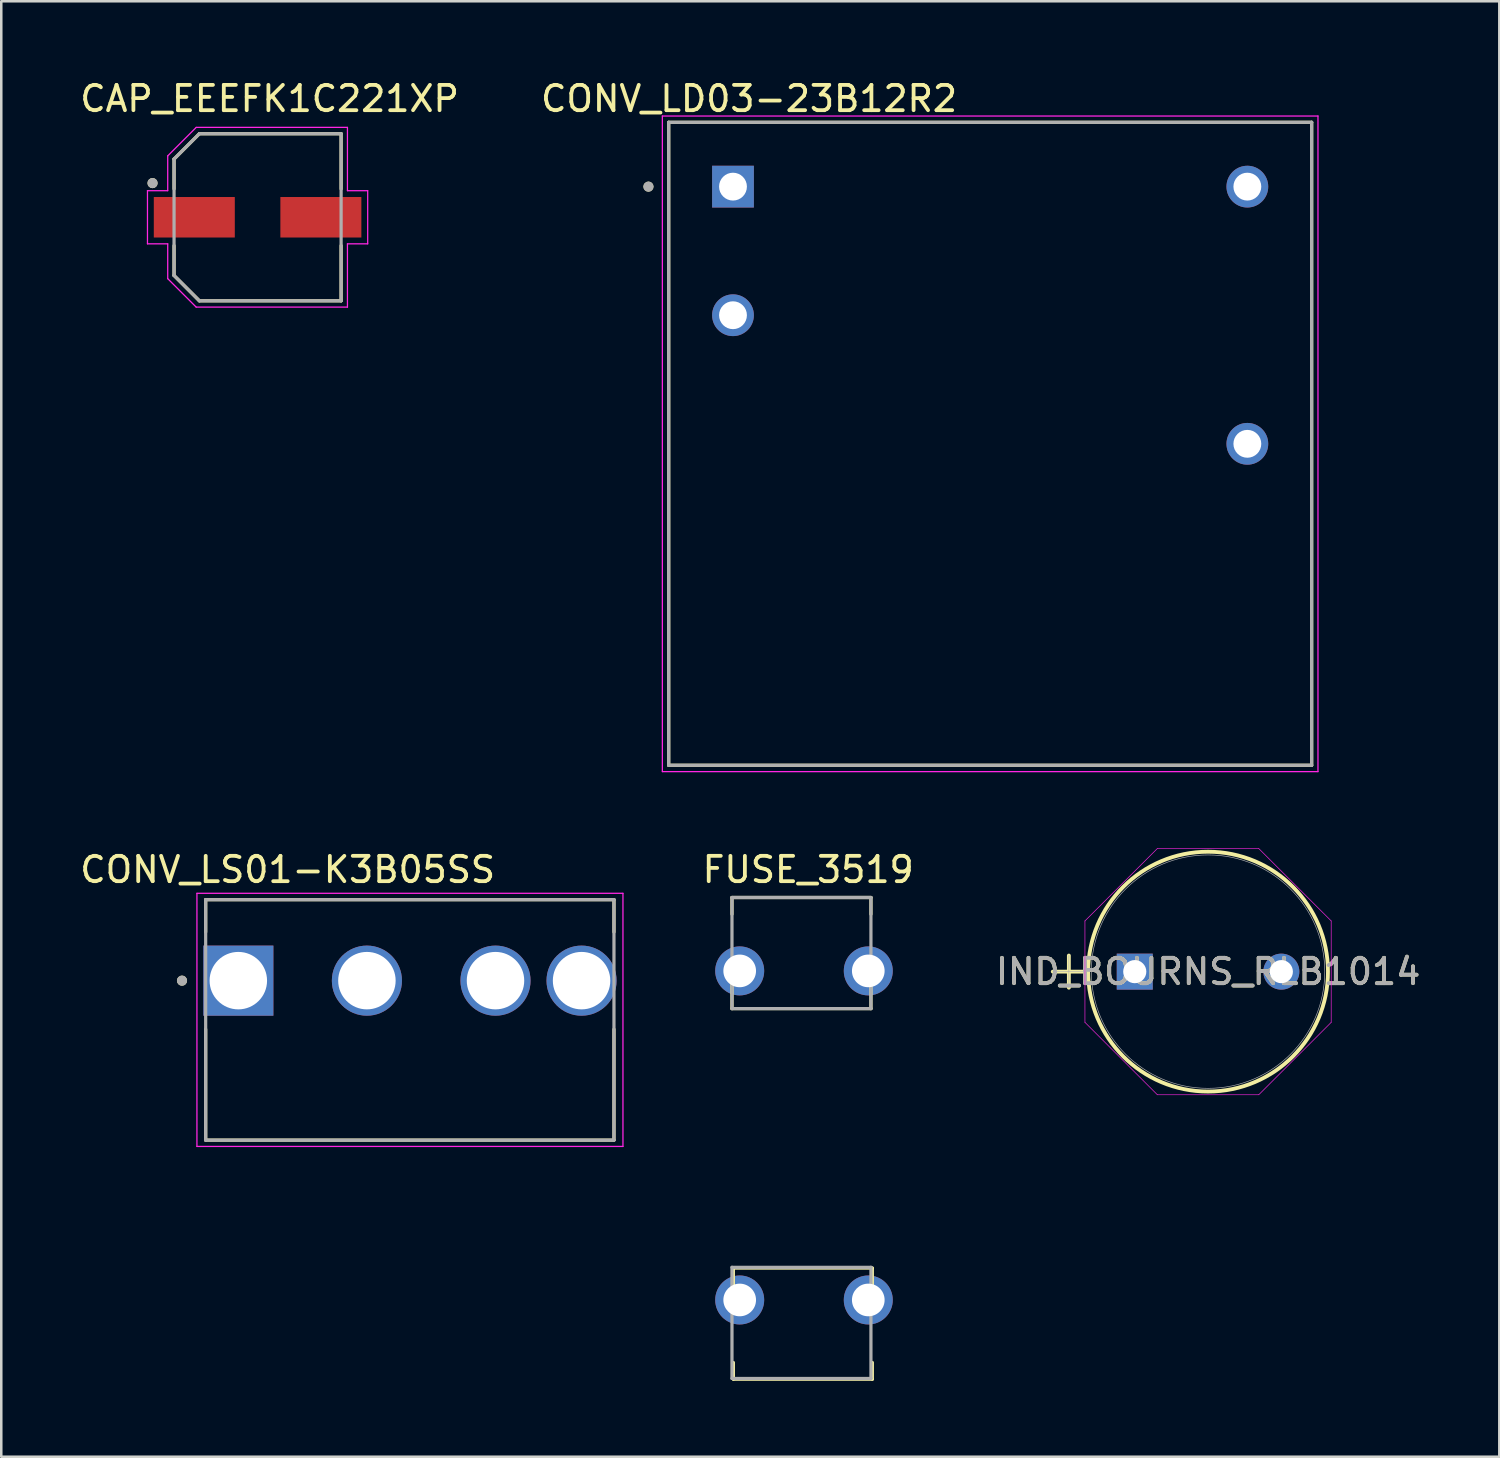
<source format=kicad_pcb>
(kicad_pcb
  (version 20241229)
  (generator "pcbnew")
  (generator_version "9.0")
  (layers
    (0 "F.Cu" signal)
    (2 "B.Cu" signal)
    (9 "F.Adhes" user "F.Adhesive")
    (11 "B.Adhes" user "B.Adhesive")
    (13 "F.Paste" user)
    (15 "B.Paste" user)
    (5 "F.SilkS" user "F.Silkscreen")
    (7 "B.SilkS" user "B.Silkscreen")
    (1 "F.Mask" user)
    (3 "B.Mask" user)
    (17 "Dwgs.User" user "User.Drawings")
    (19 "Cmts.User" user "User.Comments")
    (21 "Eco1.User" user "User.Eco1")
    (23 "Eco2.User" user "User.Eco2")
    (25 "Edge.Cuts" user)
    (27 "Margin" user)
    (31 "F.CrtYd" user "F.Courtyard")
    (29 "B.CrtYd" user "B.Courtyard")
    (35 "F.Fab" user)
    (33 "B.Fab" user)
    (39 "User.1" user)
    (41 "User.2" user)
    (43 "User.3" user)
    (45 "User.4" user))
  (footprint "CONV_LS01-K3B05SS"
    (layer "F.Cu")
    (at 13.14 35.691)
    (property "Reference" "CONV_LS01-K3B05SS" (at -4.825 -4.385 0) (layer "F.SilkS") (effects (font (size 1 1) (thickness 0.15))))
    (attr through_hole)
    (fp_line (start -8.065 -3.2) (end 8.065 -3.2) (stroke (width 0.127) (type solid)) (layer "F.SilkS"))
    (fp_line (start -8.065 -1.92) (end -8.065 -3.2) (stroke (width 0.127) (type solid)) (layer "F.SilkS"))
    (fp_line (start -8.065 6.3) (end -8.065 1.92) (stroke (width 0.127) (type solid)) (layer "F.SilkS"))
    (fp_line (start 8.065 -3.2) (end 8.065 -1.92) (stroke (width 0.127) (type solid)) (layer "F.SilkS"))
    (fp_line (start 8.065 1.92) (end 8.065 6.3) (stroke (width 0.127) (type solid)) (layer "F.SilkS"))
    (fp_line (start 8.065 6.3) (end -8.065 6.3) (stroke (width 0.127) (type solid)) (layer "F.SilkS"))
    (fp_circle (center -9 0) (end -8.9 0) (stroke (width 0.2) (type solid)) (fill no) (layer "F.SilkS"))
    (fp_line (start -8.41 -3.45) (end 8.42 -3.45) (stroke (width 0.05) (type solid)) (layer "F.CrtYd"))
    (fp_line (start -8.41 6.55) (end -8.41 -3.45) (stroke (width 0.05) (type solid)) (layer "F.CrtYd"))
    (fp_line (start 8.42 -3.45) (end 8.42 6.55) (stroke (width 0.05) (type solid)) (layer "F.CrtYd"))
    (fp_line (start 8.42 6.55) (end -8.41 6.55) (stroke (width 0.05) (type solid)) (layer "F.CrtYd"))
    (fp_line (start -8.065 -3.2) (end -8.065 6.3) (stroke (width 0.127) (type solid)) (layer "F.Fab"))
    (fp_line (start -8.065 -3.2) (end 8.065 -3.2) (stroke (width 0.127) (type solid)) (layer "F.Fab"))
    (fp_line (start -8.065 6.3) (end 8.065 6.3) (stroke (width 0.127) (type solid)) (layer "F.Fab"))
    (fp_line (start 8.065 6.3) (end 8.065 -3.2) (stroke (width 0.127) (type solid)) (layer "F.Fab"))
    (fp_circle (center -9 0) (end -8.9 0) (stroke (width 0.2) (type solid)) (fill no) (layer "F.Fab"))
    (pad "1" thru_hole rect (at -6.775 0) (size 2.77 2.77) (drill 2.27) (layers "*.Cu" "*.Mask"))
    (pad "2" thru_hole circle (at -1.695 0) (size 2.77 2.77) (drill 2.27) (layers "*.Cu" "*.Mask"))
    (pad "3" thru_hole circle (at 3.385 0) (size 2.77 2.77) (drill 2.27) (layers "*.Cu" "*.Mask"))
    (pad "4" thru_hole circle (at 6.785 0) (size 2.77 2.77) (drill 2.27) (layers "*.Cu" "*.Mask")))
  (footprint "CONV_LD03-23B12R2"
    (layer "F.Cu")
    (at 36.067 14.483)
    (property "Reference" "CONV_LD03-23B12R2" (at -9.525 -13.635 0) (layer "F.SilkS") (effects (font (size 1 1) (thickness 0.15))))
    (attr through_hole)
    (fp_line (start -12.7 -12.7) (end 12.7 -12.7) (stroke (width 0.127) (type solid)) (layer "F.SilkS"))
    (fp_line (start -12.7 12.7) (end -12.7 -12.7) (stroke (width 0.127) (type solid)) (layer "F.SilkS"))
    (fp_line (start 12.7 -12.7) (end 12.7 12.7) (stroke (width 0.127) (type solid)) (layer "F.SilkS"))
    (fp_line (start 12.7 12.7) (end -12.7 12.7) (stroke (width 0.127) (type solid)) (layer "F.SilkS"))
    (fp_circle (center -13.5 -10.16) (end -13.4 -10.16) (stroke (width 0.2) (type solid)) (fill no) (layer "F.SilkS"))
    (fp_line (start -12.95 -12.95) (end 12.95 -12.95) (stroke (width 0.05) (type solid)) (layer "F.CrtYd"))
    (fp_line (start -12.95 12.95) (end -12.95 -12.95) (stroke (width 0.05) (type solid)) (layer "F.CrtYd"))
    (fp_line (start 12.95 -12.95) (end 12.95 12.95) (stroke (width 0.05) (type solid)) (layer "F.CrtYd"))
    (fp_line (start 12.95 12.95) (end -12.95 12.95) (stroke (width 0.05) (type solid)) (layer "F.CrtYd"))
    (fp_line (start -12.7 -12.7) (end -12.7 12.7) (stroke (width 0.127) (type solid)) (layer "F.Fab"))
    (fp_line (start -12.7 -12.7) (end 12.7 -12.7) (stroke (width 0.127) (type solid)) (layer "F.Fab"))
    (fp_line (start -12.7 12.7) (end 12.7 12.7) (stroke (width 0.127) (type solid)) (layer "F.Fab"))
    (fp_line (start 12.7 12.7) (end 12.7 -12.7) (stroke (width 0.127) (type solid)) (layer "F.Fab"))
    (fp_circle (center -13.5 -10.16) (end -13.4 -10.16) (stroke (width 0.2) (type solid)) (fill no) (layer "F.Fab"))
    (pad "1" thru_hole rect (at -10.16 -10.16) (size 1.65 1.65) (drill 1.1) (layers "*.Cu" "*.Mask"))
    (pad "2" thru_hole circle (at -10.16 -5.08) (size 1.65 1.65) (drill 1.1) (layers "*.Cu" "*.Mask"))
    (pad "4" thru_hole circle (at 10.16 0) (size 1.65 1.65) (drill 1.1) (layers "*.Cu" "*.Mask"))
    (pad "5" thru_hole circle (at 10.16 -10.16) (size 1.65 1.65) (drill 1.1) (layers "*.Cu" "*.Mask")))
  (footprint "FUSE_3519"
    (layer "F.Cu")
    (at 28.712 41.806)
    (property "Reference" "FUSE_3519" (at 0.165 -10.5 0) (layer "F.SilkS") (effects (font (size 1 1) (thickness 0.15))))
    (attr through_hole)
    (fp_line (start -2.845 -9.4) (end -2.845 -8.74) (stroke (width 0.127) (type solid)) (layer "F.SilkS"))
    (fp_line (start -2.845 -9.4) (end 2.645 -9.4) (stroke (width 0.127) (type solid)) (layer "F.SilkS"))
    (fp_line (start -2.845 -6.04) (end -2.845 -5.01) (stroke (width 0.127) (type solid)) (layer "F.SilkS"))
    (fp_line (start -2.845 -5.01) (end 2.645 -5.01) (stroke (width 0.127) (type solid)) (layer "F.SilkS"))
    (fp_line (start -2.79 6.27) (end -2.79 5.24) (stroke (width 0.127) (type solid)) (layer "F.SilkS"))
    (fp_line (start -2.79 9.63) (end -2.79 8.97) (stroke (width 0.127) (type solid)) (layer "F.SilkS"))
    (fp_line (start 2.645 -9.4) (end 2.645 -8.74) (stroke (width 0.127) (type solid)) (layer "F.SilkS"))
    (fp_line (start 2.645 -6.04) (end 2.645 -5.01) (stroke (width 0.127) (type solid)) (layer "F.SilkS"))
    (fp_line (start 2.7 5.24) (end -2.79 5.24) (stroke (width 0.127) (type solid)) (layer "F.SilkS"))
    (fp_line (start 2.7 6.27) (end 2.7 5.24) (stroke (width 0.127) (type solid)) (layer "F.SilkS"))
    (fp_line (start 2.7 9.63) (end -2.79 9.63) (stroke (width 0.127) (type solid)) (layer "F.SilkS"))
    (fp_line (start 2.7 9.63) (end 2.7 8.97) (stroke (width 0.127) (type solid)) (layer "F.SilkS"))
    (fp_line (start -2.845 -9.4) (end 2.645 -9.4) (stroke (width 0.127) (type solid)) (layer "F.Fab"))
    (fp_line (start -2.845 -5.01) (end -2.845 -9.4) (stroke (width 0.127) (type solid)) (layer "F.Fab"))
    (fp_line (start -2.845 5.21) (end 2.645 5.21) (stroke (width 0.127) (type solid)) (layer "F.Fab"))
    (fp_line (start -2.845 9.6) (end -2.845 5.21) (stroke (width 0.127) (type solid)) (layer "F.Fab"))
    (fp_line (start 2.645 -9.4) (end 2.645 -5.01) (stroke (width 0.127) (type solid)) (layer "F.Fab"))
    (fp_line (start 2.645 -5.01) (end -2.845 -5.01) (stroke (width 0.127) (type solid)) (layer "F.Fab"))
    (fp_line (start 2.645 5.21) (end 2.645 9.6) (stroke (width 0.127) (type solid)) (layer "F.Fab"))
    (fp_line (start 2.645 9.6) (end -2.845 9.6) (stroke (width 0.127) (type solid)) (layer "F.Fab"))
    (pad "1" thru_hole circle (at -2.54 -6.5) (size 1.935 1.935) (drill 1.29) (layers "*.Cu" "*.Mask"))
    (pad "1" thru_hole circle (at 2.54 -6.5) (size 1.935 1.935) (drill 1.29) (layers "*.Cu" "*.Mask"))
    (pad "2" thru_hole circle (at -2.54 6.5 180) (size 1.935 1.935) (drill 1.29) (layers "*.Cu" "*.Mask"))
    (pad "2" thru_hole circle (at 2.54 6.5 270) (size 1.935 1.935) (drill 1.29) (layers "*.Cu" "*.Mask")))
  (footprint "CAP_EEEFK1C221XP"
    (layer "F.Cu")
    (at 7.126 5.533)
    (property "Reference" "CAP_EEEFK1C221XP" (at 0.475 -4.685 0) (layer "F.SilkS") (effects (font (size 1 1) (thickness 0.15))))
    (attr smd)
    (fp_line (start -3.3 -2.3) (end -3.3 -1.12) (stroke (width 0.127) (type solid)) (layer "F.SilkS"))
    (fp_line (start -3.3 1.12) (end -3.3 2.3) (stroke (width 0.127) (type solid)) (layer "F.SilkS"))
    (fp_line (start -3.3 2.3) (end -2.3 3.3) (stroke (width 0.127) (type solid)) (layer "F.SilkS"))
    (fp_line (start -2.3 -3.3) (end -3.3 -2.3) (stroke (width 0.127) (type solid)) (layer "F.SilkS"))
    (fp_line (start -2.3 3.3) (end 3.3 3.3) (stroke (width 0.127) (type solid)) (layer "F.SilkS"))
    (fp_line (start 3.3 -3.3) (end -2.3 -3.3) (stroke (width 0.127) (type solid)) (layer "F.SilkS"))
    (fp_line (start 3.3 -1.12) (end 3.3 -3.3) (stroke (width 0.127) (type solid)) (layer "F.SilkS"))
    (fp_line (start 3.3 3.3) (end 3.3 1.12) (stroke (width 0.127) (type solid)) (layer "F.SilkS"))
    (fp_circle (center -4.15 -1.35) (end -4.05 -1.35) (stroke (width 0.2) (type solid)) (fill no) (layer "F.SilkS"))
    (fp_line (start -4.35 -1.05) (end -3.55 -1.05) (stroke (width 0.05) (type solid)) (layer "F.CrtYd"))
    (fp_line (start -4.35 1.05) (end -4.35 -1.05) (stroke (width 0.05) (type solid)) (layer "F.CrtYd"))
    (fp_line (start -3.55 -2.425) (end -2.425 -3.55) (stroke (width 0.05) (type solid)) (layer "F.CrtYd"))
    (fp_line (start -3.55 -1.05) (end -3.55 -2.425) (stroke (width 0.05) (type solid)) (layer "F.CrtYd"))
    (fp_line (start -3.55 1.05) (end -4.35 1.05) (stroke (width 0.05) (type solid)) (layer "F.CrtYd"))
    (fp_line (start -3.55 2.425) (end -3.55 1.05) (stroke (width 0.05) (type solid)) (layer "F.CrtYd"))
    (fp_line (start -2.425 -3.55) (end 3.55 -3.55) (stroke (width 0.05) (type solid)) (layer "F.CrtYd"))
    (fp_line (start -2.425 3.55) (end -3.55 2.425) (stroke (width 0.05) (type solid)) (layer "F.CrtYd"))
    (fp_line (start 3.55 -3.55) (end 3.55 -1.05) (stroke (width 0.05) (type solid)) (layer "F.CrtYd"))
    (fp_line (start 3.55 -1.05) (end 4.35 -1.05) (stroke (width 0.05) (type solid)) (layer "F.CrtYd"))
    (fp_line (start 3.55 1.05) (end 3.55 3.55) (stroke (width 0.05) (type solid)) (layer "F.CrtYd"))
    (fp_line (start 3.55 3.55) (end -2.425 3.55) (stroke (width 0.05) (type solid)) (layer "F.CrtYd"))
    (fp_line (start 4.35 -1.05) (end 4.35 1.05) (stroke (width 0.05) (type solid)) (layer "F.CrtYd"))
    (fp_line (start 4.35 1.05) (end 3.55 1.05) (stroke (width 0.05) (type solid)) (layer "F.CrtYd"))
    (fp_line (start -3.3 -2.3) (end -3.3 2.3) (stroke (width 0.127) (type solid)) (layer "F.Fab"))
    (fp_line (start -3.3 2.3) (end -2.3 3.3) (stroke (width 0.127) (type solid)) (layer "F.Fab"))
    (fp_line (start -2.3 -3.3) (end -3.3 -2.3) (stroke (width 0.127) (type solid)) (layer "F.Fab"))
    (fp_line (start -2.3 3.3) (end 3.3 3.3) (stroke (width 0.127) (type solid)) (layer "F.Fab"))
    (fp_line (start 3.3 -3.3) (end -2.3 -3.3) (stroke (width 0.127) (type solid)) (layer "F.Fab"))
    (fp_line (start 3.3 3.3) (end 3.3 -3.3) (stroke (width 0.127) (type solid)) (layer "F.Fab"))
    (fp_circle (center -4.15 -1.35) (end -4.05 -1.35) (stroke (width 0.2) (type solid)) (fill no) (layer "F.Fab"))
    (pad "1" smd rect (at -2.5 0) (size 3.2 1.6) (layers "F.Cu" "F.Mask" "F.Paste"))
    (pad "2" smd rect (at 2.5 0) (size 3.2 1.6) (layers "F.Cu" "F.Mask" "F.Paste")))
  (footprint "IND_BOURNS_RLB1014"
    (layer "F.Cu")
    (at 41.779 35.335)
    (property "Reference" "IND_BOURNS_RLB1014" (at 2.896 0 0) (unlocked yes) (layer "F.SilkS") (effects (font (size 1 1) (thickness 0.15))))
    (attr through_hole)
    (fp_line (start -3.239 0) (end -1.968 0) (stroke (width 0.152) (type solid)) (layer "F.SilkS"))
    (fp_line (start -2.603 -0.635) (end -2.603 0.635) (stroke (width 0.152) (type solid)) (layer "F.SilkS"))
    (fp_circle (center 2.896 0) (end 7.633 0) (stroke (width 0.152) (type solid)) (fill no) (layer "F.SilkS"))
    (fp_line (start -1.968 -2.003) (end 0.893 -4.864) (stroke (width 0.025) (type solid)) (layer "F.CrtYd"))
    (fp_line (start -1.968 2.003) (end -1.968 -2.003) (stroke (width 0.025) (type solid)) (layer "F.CrtYd"))
    (fp_line (start 0.893 -4.864) (end 4.898 -4.864) (stroke (width 0.025) (type solid)) (layer "F.CrtYd"))
    (fp_line (start 0.893 4.864) (end -1.968 2.003) (stroke (width 0.025) (type solid)) (layer "F.CrtYd"))
    (fp_line (start 4.898 -4.864) (end 7.76 -2.003) (stroke (width 0.025) (type solid)) (layer "F.CrtYd"))
    (fp_line (start 4.898 4.864) (end 0.893 4.864) (stroke (width 0.025) (type solid)) (layer "F.CrtYd"))
    (fp_line (start 7.76 -2.003) (end 7.76 2.003) (stroke (width 0.025) (type solid)) (layer "F.CrtYd"))
    (fp_line (start 7.76 2.003) (end 4.898 4.864) (stroke (width 0.025) (type solid)) (layer "F.CrtYd"))
    (fp_line (start -3.239 0) (end -1.968 0) (stroke (width 0.025) (type solid)) (layer "F.Fab"))
    (fp_line (start -2.603 -0.635) (end -2.603 0.635) (stroke (width 0.025) (type solid)) (layer "F.Fab"))
    (fp_circle (center 2.896 0) (end 7.506 0) (stroke (width 0.025) (type solid)) (fill no) (layer "F.Fab"))
    (fp_text user "${REFERENCE}" (at 2.896 0 0) (unlocked yes) (layer "F.Fab") (effects (font (size 1 1) (thickness 0.15))))
    (pad "1" thru_hole rect (at 0 0) (size 1.422 1.422) (drill 0.914) (layers "*.Cu" "*.Mask"))
    (pad "2" thru_hole circle (at 5.791 0) (size 1.422 1.422) (drill 0.914) (layers "*.Cu" "*.Mask")))
  (gr_rect
    (start -3 -3)
    (end 56.181 54.5)
    (stroke (width 0.1) (type default))
    (fill no)
    (layer "Edge.Cuts")))
</source>
